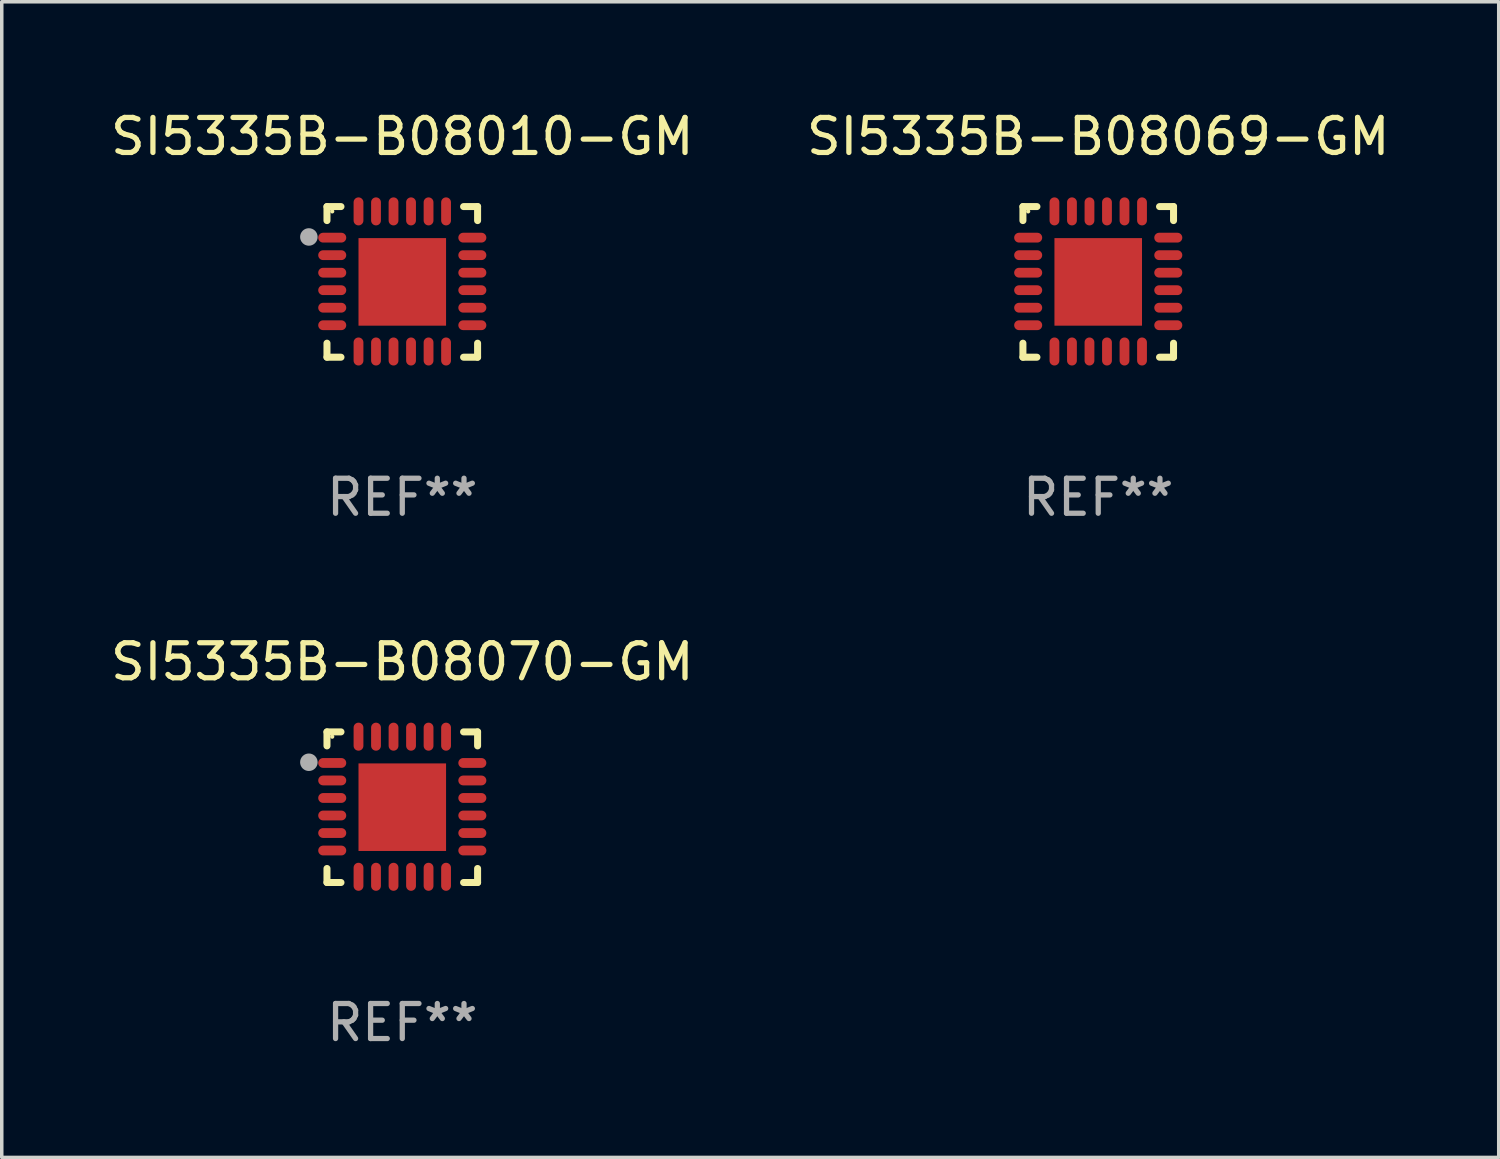
<source format=kicad_pcb>
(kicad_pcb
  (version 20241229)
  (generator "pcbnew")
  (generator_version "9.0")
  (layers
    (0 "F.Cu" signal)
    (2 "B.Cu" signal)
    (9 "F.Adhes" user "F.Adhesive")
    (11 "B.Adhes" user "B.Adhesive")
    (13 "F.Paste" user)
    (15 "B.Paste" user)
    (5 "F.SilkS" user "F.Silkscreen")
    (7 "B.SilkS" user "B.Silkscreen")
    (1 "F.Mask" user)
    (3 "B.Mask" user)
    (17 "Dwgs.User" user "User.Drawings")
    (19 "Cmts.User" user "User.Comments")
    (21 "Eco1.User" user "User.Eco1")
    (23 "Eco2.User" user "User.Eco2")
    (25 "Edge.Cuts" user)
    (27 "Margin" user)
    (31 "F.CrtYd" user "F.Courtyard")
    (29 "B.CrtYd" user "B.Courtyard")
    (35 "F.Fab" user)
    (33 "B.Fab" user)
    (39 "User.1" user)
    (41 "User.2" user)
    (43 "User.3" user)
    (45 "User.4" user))
  (footprint "SI5335B-B08010-GM"
    (layer "F.Cu")
    (at 8.435 4.998)
    (property "Reference" "SI5335B-B08010-GM" (at 0 -4.15 0) (layer "F.SilkS") (effects (font (size 1 1) (thickness 0.15))))
    (attr through_hole)
    (fp_line (start -2.15 -2.15) (end -1.75 -2.15) (stroke (width 0.2) (type solid)) (layer "F.SilkS"))
    (fp_line (start -2.15 -1.75) (end -2.15 -2.15) (stroke (width 0.2) (type solid)) (layer "F.SilkS"))
    (fp_line (start -2.15 2.15) (end -2.15 1.75) (stroke (width 0.2) (type solid)) (layer "F.SilkS"))
    (fp_line (start -1.75 2.15) (end -2.15 2.15) (stroke (width 0.2) (type solid)) (layer "F.SilkS"))
    (fp_line (start 1.75 -2.15) (end 2.15 -2.15) (stroke (width 0.2) (type solid)) (layer "F.SilkS"))
    (fp_line (start 1.75 2.15) (end 2.15 2.15) (stroke (width 0.2) (type solid)) (layer "F.SilkS"))
    (fp_line (start 2.15 -2.15) (end 2.15 -1.75) (stroke (width 0.2) (type solid)) (layer "F.SilkS"))
    (fp_line (start 2.15 2.15) (end 2.15 1.75) (stroke (width 0.2) (type solid)) (layer "F.SilkS"))
    (fp_circle (center -2 -2.013) (end -1.97 -2.013) (stroke (width 0.06) (type solid)) (fill no) (layer "F.SilkS"))
    (fp_circle (center -2.667 -1.283) (end -2.542 -1.283) (stroke (width 0.25) (type solid)) (fill no) (layer "F.Fab"))
    (fp_text user "REF**" (at 0 6.15 0) (layer "F.Fab") (effects (font (size 1 1) (thickness 0.15))))
    (pad "1" smd oval (at -2 -1.263) (size 0.8 0.28) (layers "F.Cu" "F.Mask" "F.Paste"))
    (pad "2" smd oval (at -2 -0.763) (size 0.8 0.28) (layers "F.Cu" "F.Mask" "F.Paste"))
    (pad "3" smd oval (at -2 -0.263) (size 0.8 0.28) (layers "F.Cu" "F.Mask" "F.Paste"))
    (pad "4" smd oval (at -2 0.237) (size 0.8 0.28) (layers "F.Cu" "F.Mask" "F.Paste"))
    (pad "5" smd oval (at -2 0.737) (size 0.8 0.28) (layers "F.Cu" "F.Mask" "F.Paste"))
    (pad "6" smd oval (at -2 1.237) (size 0.8 0.28) (layers "F.Cu" "F.Mask" "F.Paste"))
    (pad "7" smd oval (at -1.25 1.987) (size 0.28 0.8) (layers "F.Cu" "F.Mask" "F.Paste"))
    (pad "8" smd oval (at -0.75 1.987) (size 0.28 0.8) (layers "F.Cu" "F.Mask" "F.Paste"))
    (pad "9" smd oval (at -0.25 1.987) (size 0.28 0.8) (layers "F.Cu" "F.Mask" "F.Paste"))
    (pad "10" smd oval (at 0.25 1.987) (size 0.28 0.8) (layers "F.Cu" "F.Mask" "F.Paste"))
    (pad "11" smd oval (at 0.75 1.987) (size 0.28 0.8) (layers "F.Cu" "F.Mask" "F.Paste"))
    (pad "12" smd oval (at 1.25 1.987) (size 0.28 0.8) (layers "F.Cu" "F.Mask" "F.Paste"))
    (pad "13" smd oval (at 2 1.237) (size 0.8 0.28) (layers "F.Cu" "F.Mask" "F.Paste"))
    (pad "14" smd oval (at 2 0.737) (size 0.8 0.28) (layers "F.Cu" "F.Mask" "F.Paste"))
    (pad "15" smd oval (at 2 0.237) (size 0.8 0.28) (layers "F.Cu" "F.Mask" "F.Paste"))
    (pad "16" smd oval (at 2 -0.263) (size 0.8 0.28) (layers "F.Cu" "F.Mask" "F.Paste"))
    (pad "17" smd oval (at 2 -0.763) (size 0.8 0.28) (layers "F.Cu" "F.Mask" "F.Paste"))
    (pad "18" smd oval (at 2 -1.263) (size 0.8 0.28) (layers "F.Cu" "F.Mask" "F.Paste"))
    (pad "19" smd oval (at 1.25 -2.013) (size 0.28 0.8) (layers "F.Cu" "F.Mask" "F.Paste"))
    (pad "20" smd oval (at 0.75 -2.013) (size 0.28 0.8) (layers "F.Cu" "F.Mask" "F.Paste"))
    (pad "21" smd oval (at 0.25 -2.013) (size 0.28 0.8) (layers "F.Cu" "F.Mask" "F.Paste"))
    (pad "22" smd oval (at -0.25 -2.013) (size 0.28 0.8) (layers "F.Cu" "F.Mask" "F.Paste"))
    (pad "23" smd oval (at -0.75 -2.013) (size 0.28 0.8) (layers "F.Cu" "F.Mask" "F.Paste"))
    (pad "24" smd oval (at -1.25 -2.013) (size 0.28 0.8) (layers "F.Cu" "F.Mask" "F.Paste"))
    (pad "25" smd rect (at -0.000127 -0.00014) (size 2.5 2.5) (layers "F.Cu" "F.Mask" "F.Paste")))
  (footprint "SI5335B-B08069-GM"
    (layer "F.Cu")
    (at 28.304 4.998)
    (property "Reference" "SI5335B-B08069-GM" (at 0 -4.15 0) (layer "F.SilkS") (effects (font (size 1 1) (thickness 0.15))))
    (attr through_hole)
    (fp_line (start -2.15 -2.15) (end -1.75 -2.15) (stroke (width 0.2) (type solid)) (layer "F.SilkS"))
    (fp_line (start -2.15 -1.75) (end -2.15 -2.15) (stroke (width 0.2) (type solid)) (layer "F.SilkS"))
    (fp_line (start -2.15 2.15) (end -2.15 1.75) (stroke (width 0.2) (type solid)) (layer "F.SilkS"))
    (fp_line (start -1.75 2.15) (end -2.15 2.15) (stroke (width 0.2) (type solid)) (layer "F.SilkS"))
    (fp_line (start 1.75 -2.15) (end 2.15 -2.15) (stroke (width 0.2) (type solid)) (layer "F.SilkS"))
    (fp_line (start 1.75 2.15) (end 2.15 2.15) (stroke (width 0.2) (type solid)) (layer "F.SilkS"))
    (fp_line (start 2.15 -2.15) (end 2.15 -1.75) (stroke (width 0.2) (type solid)) (layer "F.SilkS"))
    (fp_line (start 2.15 2.15) (end 2.15 1.75) (stroke (width 0.2) (type solid)) (layer "F.SilkS"))
    (fp_circle (center -2 -2.013) (end -1.97 -2.013) (stroke (width 0.06) (type solid)) (fill no) (layer "F.SilkS"))
    (fp_text user "REF**" (at 0 6.15 0) (layer "F.Fab") (effects (font (size 1 1) (thickness 0.15))))
    (pad "1" smd oval (at -2 -1.263) (size 0.8 0.28) (layers "F.Cu" "F.Mask" "F.Paste"))
    (pad "2" smd oval (at -2 -0.763) (size 0.8 0.28) (layers "F.Cu" "F.Mask" "F.Paste"))
    (pad "3" smd oval (at -2 -0.263) (size 0.8 0.28) (layers "F.Cu" "F.Mask" "F.Paste"))
    (pad "4" smd oval (at -2 0.237) (size 0.8 0.28) (layers "F.Cu" "F.Mask" "F.Paste"))
    (pad "5" smd oval (at -2 0.737) (size 0.8 0.28) (layers "F.Cu" "F.Mask" "F.Paste"))
    (pad "6" smd oval (at -2 1.237) (size 0.8 0.28) (layers "F.Cu" "F.Mask" "F.Paste"))
    (pad "7" smd oval (at -1.25 1.987) (size 0.28 0.8) (layers "F.Cu" "F.Mask" "F.Paste"))
    (pad "8" smd oval (at -0.75 1.987) (size 0.28 0.8) (layers "F.Cu" "F.Mask" "F.Paste"))
    (pad "9" smd oval (at -0.25 1.987) (size 0.28 0.8) (layers "F.Cu" "F.Mask" "F.Paste"))
    (pad "10" smd oval (at 0.25 1.987) (size 0.28 0.8) (layers "F.Cu" "F.Mask" "F.Paste"))
    (pad "11" smd oval (at 0.75 1.987) (size 0.28 0.8) (layers "F.Cu" "F.Mask" "F.Paste"))
    (pad "12" smd oval (at 1.25 1.987) (size 0.28 0.8) (layers "F.Cu" "F.Mask" "F.Paste"))
    (pad "13" smd oval (at 2 1.237) (size 0.8 0.28) (layers "F.Cu" "F.Mask" "F.Paste"))
    (pad "14" smd oval (at 2 0.737) (size 0.8 0.28) (layers "F.Cu" "F.Mask" "F.Paste"))
    (pad "15" smd oval (at 2 0.237) (size 0.8 0.28) (layers "F.Cu" "F.Mask" "F.Paste"))
    (pad "16" smd oval (at 2 -0.263) (size 0.8 0.28) (layers "F.Cu" "F.Mask" "F.Paste"))
    (pad "17" smd oval (at 2 -0.763) (size 0.8 0.28) (layers "F.Cu" "F.Mask" "F.Paste"))
    (pad "18" smd oval (at 2 -1.263) (size 0.8 0.28) (layers "F.Cu" "F.Mask" "F.Paste"))
    (pad "19" smd oval (at 1.25 -2.013) (size 0.28 0.8) (layers "F.Cu" "F.Mask" "F.Paste"))
    (pad "20" smd oval (at 0.75 -2.013) (size 0.28 0.8) (layers "F.Cu" "F.Mask" "F.Paste"))
    (pad "21" smd oval (at 0.25 -2.013) (size 0.28 0.8) (layers "F.Cu" "F.Mask" "F.Paste"))
    (pad "22" smd oval (at -0.25 -2.013) (size 0.28 0.8) (layers "F.Cu" "F.Mask" "F.Paste"))
    (pad "23" smd oval (at -0.75 -2.013) (size 0.28 0.8) (layers "F.Cu" "F.Mask" "F.Paste"))
    (pad "24" smd oval (at -1.25 -2.013) (size 0.28 0.8) (layers "F.Cu" "F.Mask" "F.Paste"))
    (pad "25" smd rect (at -0.000102 -0.00014) (size 2.5 2.5) (layers "F.Cu" "F.Mask" "F.Paste")))
  (footprint "SI5335B-B08070-GM"
    (layer "F.Cu")
    (at 8.435 19.995)
    (property "Reference" "SI5335B-B08070-GM" (at 0 -4.15 0) (layer "F.SilkS") (effects (font (size 1 1) (thickness 0.15))))
    (attr through_hole)
    (fp_line (start -2.15 -2.15) (end -1.75 -2.15) (stroke (width 0.2) (type solid)) (layer "F.SilkS"))
    (fp_line (start -2.15 -1.75) (end -2.15 -2.15) (stroke (width 0.2) (type solid)) (layer "F.SilkS"))
    (fp_line (start -2.15 2.15) (end -2.15 1.75) (stroke (width 0.2) (type solid)) (layer "F.SilkS"))
    (fp_line (start -1.75 2.15) (end -2.15 2.15) (stroke (width 0.2) (type solid)) (layer "F.SilkS"))
    (fp_line (start 1.75 -2.15) (end 2.15 -2.15) (stroke (width 0.2) (type solid)) (layer "F.SilkS"))
    (fp_line (start 1.75 2.15) (end 2.15 2.15) (stroke (width 0.2) (type solid)) (layer "F.SilkS"))
    (fp_line (start 2.15 -2.15) (end 2.15 -1.75) (stroke (width 0.2) (type solid)) (layer "F.SilkS"))
    (fp_line (start 2.15 2.15) (end 2.15 1.75) (stroke (width 0.2) (type solid)) (layer "F.SilkS"))
    (fp_circle (center -2 -2.013) (end -1.97 -2.013) (stroke (width 0.06) (type solid)) (fill no) (layer "F.SilkS"))
    (fp_circle (center -2.667 -1.283) (end -2.542 -1.283) (stroke (width 0.25) (type solid)) (fill no) (layer "F.Fab"))
    (fp_text user "REF**" (at 0 6.15 0) (layer "F.Fab") (effects (font (size 1 1) (thickness 0.15))))
    (pad "1" smd oval (at -2 -1.263) (size 0.8 0.28) (layers "F.Cu" "F.Mask" "F.Paste"))
    (pad "2" smd oval (at -2 -0.763) (size 0.8 0.28) (layers "F.Cu" "F.Mask" "F.Paste"))
    (pad "3" smd oval (at -2 -0.263) (size 0.8 0.28) (layers "F.Cu" "F.Mask" "F.Paste"))
    (pad "4" smd oval (at -2 0.237) (size 0.8 0.28) (layers "F.Cu" "F.Mask" "F.Paste"))
    (pad "5" smd oval (at -2 0.737) (size 0.8 0.28) (layers "F.Cu" "F.Mask" "F.Paste"))
    (pad "6" smd oval (at -2 1.237) (size 0.8 0.28) (layers "F.Cu" "F.Mask" "F.Paste"))
    (pad "7" smd oval (at -1.25 1.987) (size 0.28 0.8) (layers "F.Cu" "F.Mask" "F.Paste"))
    (pad "8" smd oval (at -0.75 1.987) (size 0.28 0.8) (layers "F.Cu" "F.Mask" "F.Paste"))
    (pad "9" smd oval (at -0.25 1.987) (size 0.28 0.8) (layers "F.Cu" "F.Mask" "F.Paste"))
    (pad "10" smd oval (at 0.25 1.987) (size 0.28 0.8) (layers "F.Cu" "F.Mask" "F.Paste"))
    (pad "11" smd oval (at 0.75 1.987) (size 0.28 0.8) (layers "F.Cu" "F.Mask" "F.Paste"))
    (pad "12" smd oval (at 1.25 1.987) (size 0.28 0.8) (layers "F.Cu" "F.Mask" "F.Paste"))
    (pad "13" smd oval (at 2 1.237) (size 0.8 0.28) (layers "F.Cu" "F.Mask" "F.Paste"))
    (pad "14" smd oval (at 2 0.737) (size 0.8 0.28) (layers "F.Cu" "F.Mask" "F.Paste"))
    (pad "15" smd oval (at 2 0.237) (size 0.8 0.28) (layers "F.Cu" "F.Mask" "F.Paste"))
    (pad "16" smd oval (at 2 -0.263) (size 0.8 0.28) (layers "F.Cu" "F.Mask" "F.Paste"))
    (pad "17" smd oval (at 2 -0.763) (size 0.8 0.28) (layers "F.Cu" "F.Mask" "F.Paste"))
    (pad "18" smd oval (at 2 -1.263) (size 0.8 0.28) (layers "F.Cu" "F.Mask" "F.Paste"))
    (pad "19" smd oval (at 1.25 -2.013) (size 0.28 0.8) (layers "F.Cu" "F.Mask" "F.Paste"))
    (pad "20" smd oval (at 0.75 -2.013) (size 0.28 0.8) (layers "F.Cu" "F.Mask" "F.Paste"))
    (pad "21" smd oval (at 0.25 -2.013) (size 0.28 0.8) (layers "F.Cu" "F.Mask" "F.Paste"))
    (pad "22" smd oval (at -0.25 -2.013) (size 0.28 0.8) (layers "F.Cu" "F.Mask" "F.Paste"))
    (pad "23" smd oval (at -0.75 -2.013) (size 0.28 0.8) (layers "F.Cu" "F.Mask" "F.Paste"))
    (pad "24" smd oval (at -1.25 -2.013) (size 0.28 0.8) (layers "F.Cu" "F.Mask" "F.Paste"))
    (pad "25" smd rect (at -0.000127 -0.00014) (size 2.5 2.5) (layers "F.Cu" "F.Mask" "F.Paste")))
  (gr_rect
    (start -3 -3)
    (end 39.738 29.993)
    (stroke (width 0.1) (type default))
    (fill no)
    (layer "Edge.Cuts")))
</source>
